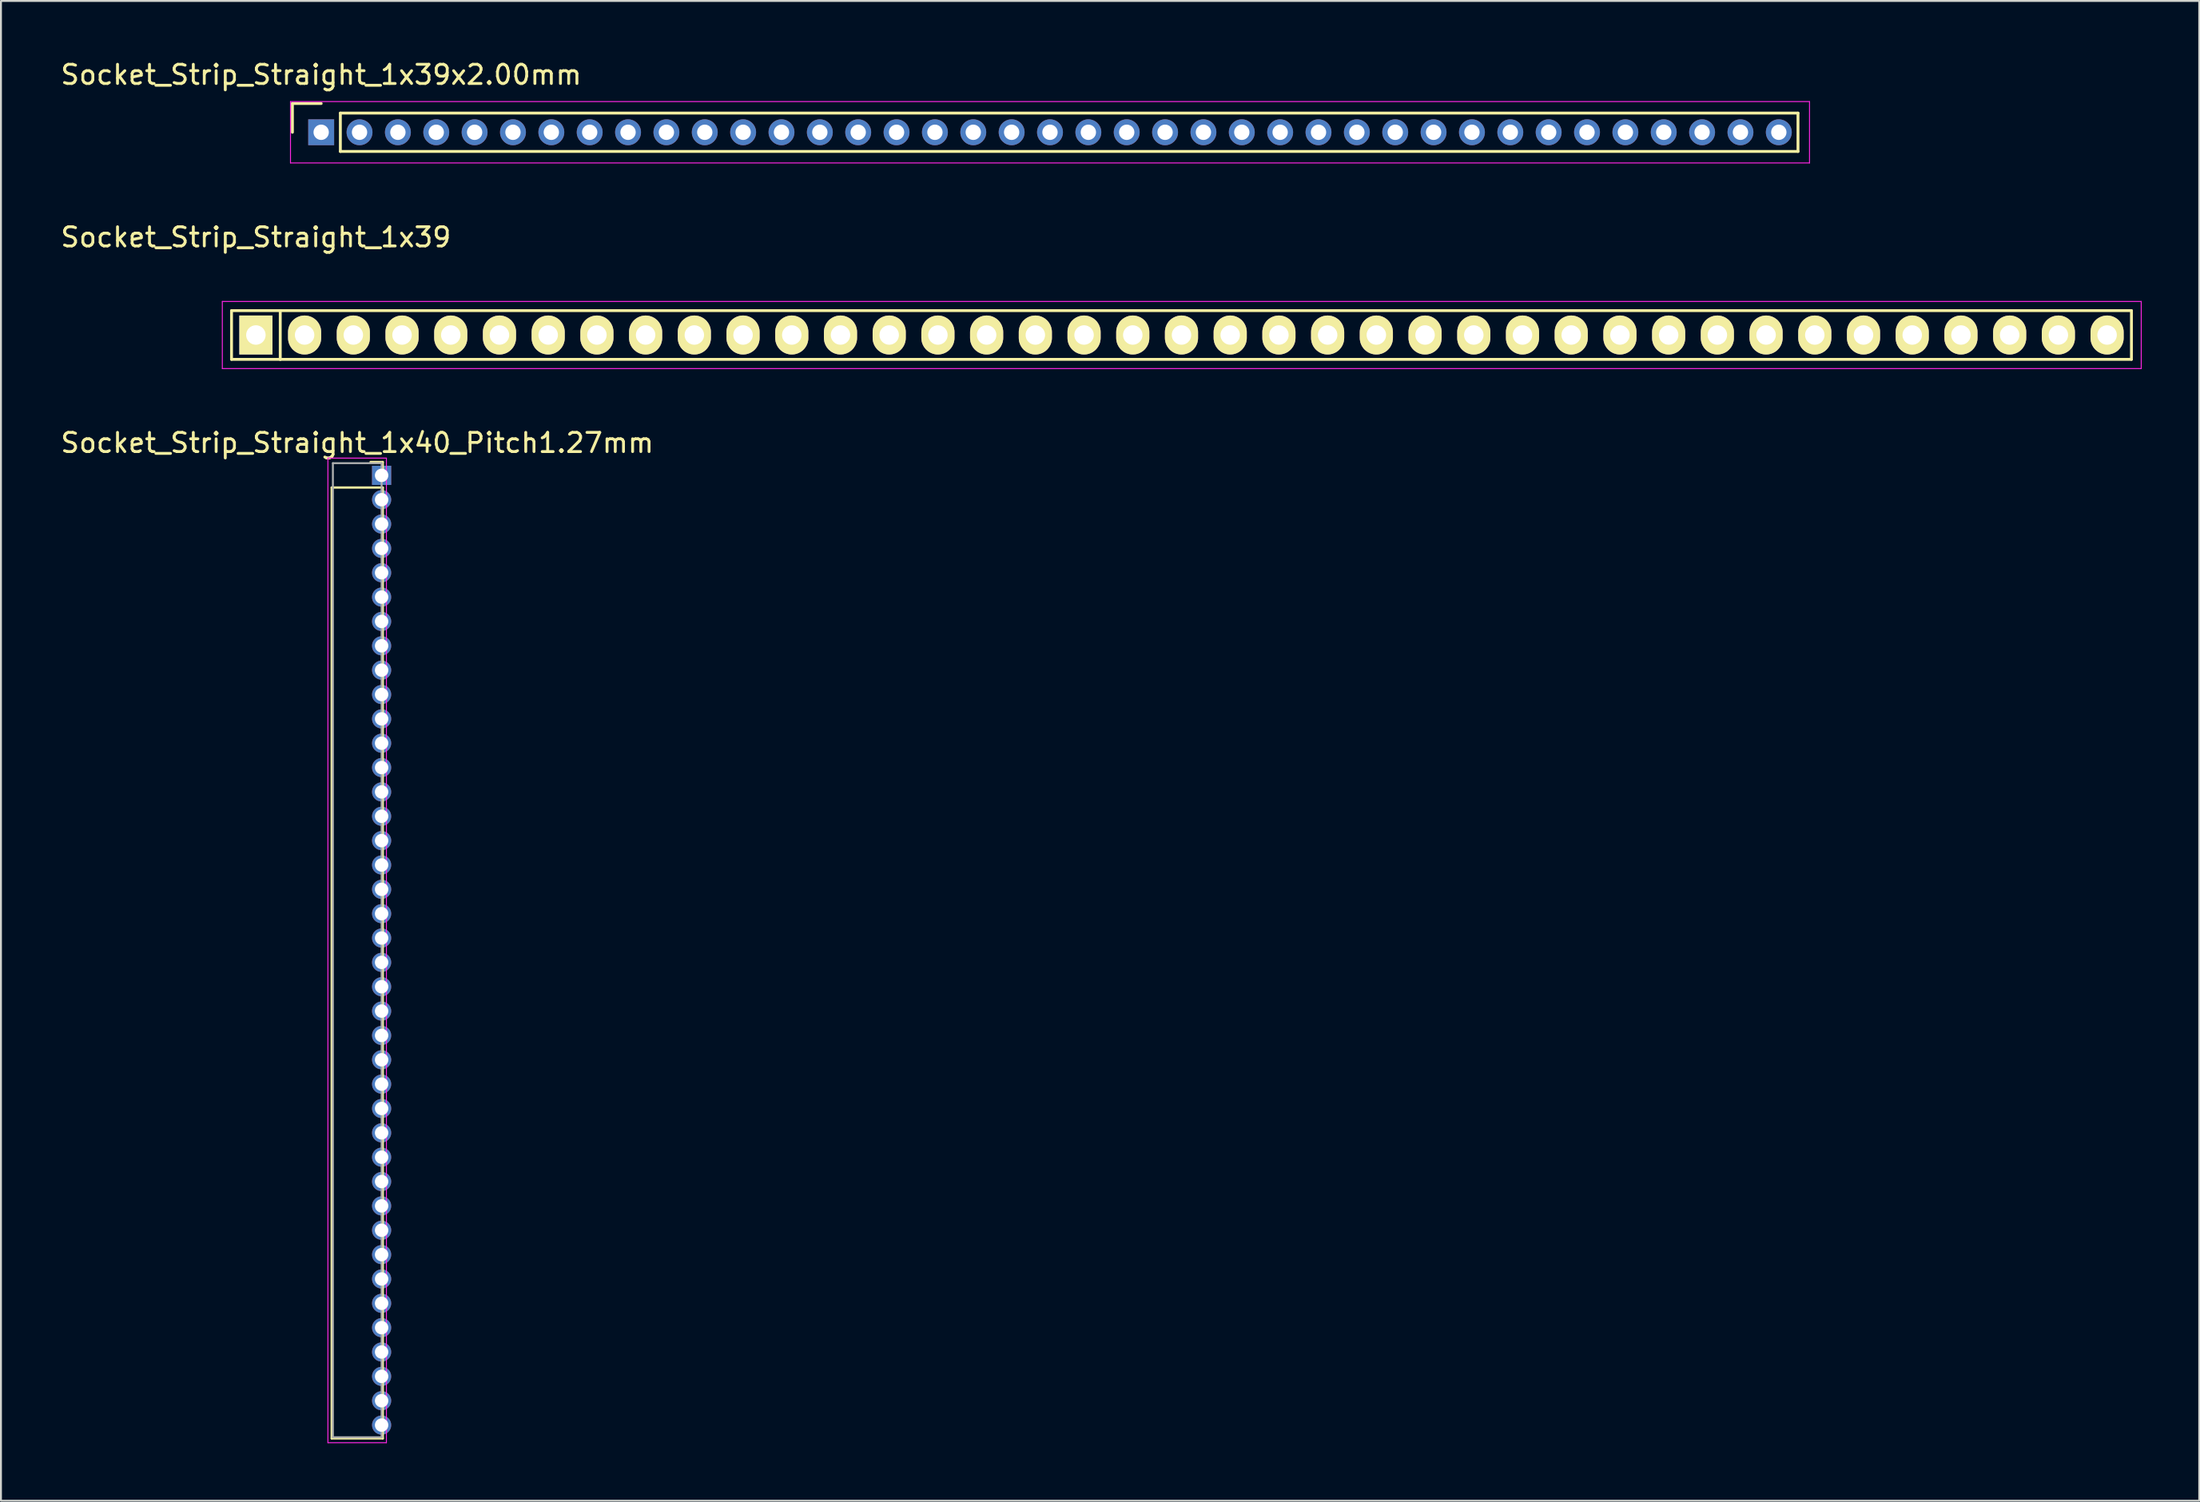
<source format=kicad_pcb>
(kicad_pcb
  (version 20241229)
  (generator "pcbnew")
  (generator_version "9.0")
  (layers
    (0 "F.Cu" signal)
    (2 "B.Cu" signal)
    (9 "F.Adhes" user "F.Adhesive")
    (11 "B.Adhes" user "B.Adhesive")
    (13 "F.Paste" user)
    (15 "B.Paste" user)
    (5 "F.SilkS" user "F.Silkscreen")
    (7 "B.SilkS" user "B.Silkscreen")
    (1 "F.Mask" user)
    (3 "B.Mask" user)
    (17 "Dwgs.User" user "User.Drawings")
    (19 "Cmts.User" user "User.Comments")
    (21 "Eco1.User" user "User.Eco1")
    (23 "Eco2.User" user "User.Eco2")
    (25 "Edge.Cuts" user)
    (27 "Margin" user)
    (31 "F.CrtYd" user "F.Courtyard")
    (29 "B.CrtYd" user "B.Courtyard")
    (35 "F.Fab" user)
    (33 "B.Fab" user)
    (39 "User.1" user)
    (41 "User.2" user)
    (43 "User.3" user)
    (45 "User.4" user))
  (footprint "Socket_Strip_Straight_1x40_Pitch1.27mm"
    (layer "F.Cu")
    (at 16.847 21.74)
    (property "Reference" "Socket_Strip_Straight_1x40_Pitch1.27mm" (at -1.27 -1.695 0) (layer "F.SilkS") (effects (font (size 1 1) (thickness 0.15))))
    (attr through_hole)
    (fp_line (start -2.6 0.635) (end -2.6 50.225) (stroke (width 0.12) (type solid)) (layer "F.SilkS"))
    (fp_line (start -2.6 50.225) (end 0.06 50.225) (stroke (width 0.12) (type solid)) (layer "F.SilkS"))
    (fp_line (start 0.06 -0.695) (end -0.575 -0.695) (stroke (width 0.12) (type solid)) (layer "F.SilkS"))
    (fp_line (start 0.06 0) (end 0.06 -0.695) (stroke (width 0.12) (type solid)) (layer "F.SilkS"))
    (fp_line (start 0.06 0.635) (end -2.6 0.635) (stroke (width 0.12) (type solid)) (layer "F.SilkS"))
    (fp_line (start 0.06 50.225) (end 0.06 0.635) (stroke (width 0.12) (type solid)) (layer "F.SilkS"))
    (fp_line (start -2.8 -0.9) (end -2.8 50.45) (stroke (width 0.05) (type solid)) (layer "F.CrtYd"))
    (fp_line (start -2.8 50.45) (end 0.25 50.45) (stroke (width 0.05) (type solid)) (layer "F.CrtYd"))
    (fp_line (start 0.25 -0.9) (end -2.8 -0.9) (stroke (width 0.05) (type solid)) (layer "F.CrtYd"))
    (fp_line (start 0.25 50.45) (end 0.25 -0.9) (stroke (width 0.05) (type solid)) (layer "F.CrtYd"))
    (fp_line (start -2.54 -0.635) (end -2.54 50.165) (stroke (width 0.1) (type solid)) (layer "F.Fab"))
    (fp_line (start -2.54 50.165) (end 0 50.165) (stroke (width 0.1) (type solid)) (layer "F.Fab"))
    (fp_line (start 0 -0.635) (end -2.54 -0.635) (stroke (width 0.1) (type solid)) (layer "F.Fab"))
    (fp_line (start 0 50.165) (end 0 -0.635) (stroke (width 0.1) (type solid)) (layer "F.Fab"))
    (pad "1" thru_hole rect (at 0 0) (size 1 1) (drill 0.7) (layers "*.Cu" "*.Mask"))
    (pad "2" thru_hole oval (at 0 1.27) (size 1 1) (drill 0.7) (layers "*.Cu" "*.Mask"))
    (pad "3" thru_hole oval (at 0 2.54) (size 1 1) (drill 0.7) (layers "*.Cu" "*.Mask"))
    (pad "4" thru_hole oval (at 0 3.81) (size 1 1) (drill 0.7) (layers "*.Cu" "*.Mask"))
    (pad "5" thru_hole oval (at 0 5.08) (size 1 1) (drill 0.7) (layers "*.Cu" "*.Mask"))
    (pad "6" thru_hole oval (at 0 6.35) (size 1 1) (drill 0.7) (layers "*.Cu" "*.Mask"))
    (pad "7" thru_hole oval (at 0 7.62) (size 1 1) (drill 0.7) (layers "*.Cu" "*.Mask"))
    (pad "8" thru_hole oval (at 0 8.89) (size 1 1) (drill 0.7) (layers "*.Cu" "*.Mask"))
    (pad "9" thru_hole oval (at 0 10.16) (size 1 1) (drill 0.7) (layers "*.Cu" "*.Mask"))
    (pad "10" thru_hole oval (at 0 11.43) (size 1 1) (drill 0.7) (layers "*.Cu" "*.Mask"))
    (pad "11" thru_hole oval (at 0 12.7) (size 1 1) (drill 0.7) (layers "*.Cu" "*.Mask"))
    (pad "12" thru_hole oval (at 0 13.97) (size 1 1) (drill 0.7) (layers "*.Cu" "*.Mask"))
    (pad "13" thru_hole oval (at 0 15.24) (size 1 1) (drill 0.7) (layers "*.Cu" "*.Mask"))
    (pad "14" thru_hole oval (at 0 16.51) (size 1 1) (drill 0.7) (layers "*.Cu" "*.Mask"))
    (pad "15" thru_hole oval (at 0 17.78) (size 1 1) (drill 0.7) (layers "*.Cu" "*.Mask"))
    (pad "16" thru_hole oval (at 0 19.05) (size 1 1) (drill 0.7) (layers "*.Cu" "*.Mask"))
    (pad "17" thru_hole oval (at 0 20.32) (size 1 1) (drill 0.7) (layers "*.Cu" "*.Mask"))
    (pad "18" thru_hole oval (at 0 21.59) (size 1 1) (drill 0.7) (layers "*.Cu" "*.Mask"))
    (pad "19" thru_hole oval (at 0 22.86) (size 1 1) (drill 0.7) (layers "*.Cu" "*.Mask"))
    (pad "20" thru_hole oval (at 0 24.13) (size 1 1) (drill 0.7) (layers "*.Cu" "*.Mask"))
    (pad "21" thru_hole oval (at 0 25.4) (size 1 1) (drill 0.7) (layers "*.Cu" "*.Mask"))
    (pad "22" thru_hole oval (at 0 26.67) (size 1 1) (drill 0.7) (layers "*.Cu" "*.Mask"))
    (pad "23" thru_hole oval (at 0 27.94) (size 1 1) (drill 0.7) (layers "*.Cu" "*.Mask"))
    (pad "24" thru_hole oval (at 0 29.21) (size 1 1) (drill 0.7) (layers "*.Cu" "*.Mask"))
    (pad "25" thru_hole oval (at 0 30.48) (size 1 1) (drill 0.7) (layers "*.Cu" "*.Mask"))
    (pad "26" thru_hole oval (at 0 31.75) (size 1 1) (drill 0.7) (layers "*.Cu" "*.Mask"))
    (pad "27" thru_hole oval (at 0 33.02) (size 1 1) (drill 0.7) (layers "*.Cu" "*.Mask"))
    (pad "28" thru_hole oval (at 0 34.29) (size 1 1) (drill 0.7) (layers "*.Cu" "*.Mask"))
    (pad "29" thru_hole oval (at 0 35.56) (size 1 1) (drill 0.7) (layers "*.Cu" "*.Mask"))
    (pad "30" thru_hole oval (at 0 36.83) (size 1 1) (drill 0.7) (layers "*.Cu" "*.Mask"))
    (pad "31" thru_hole oval (at 0 38.1) (size 1 1) (drill 0.7) (layers "*.Cu" "*.Mask"))
    (pad "32" thru_hole oval (at 0 39.37) (size 1 1) (drill 0.7) (layers "*.Cu" "*.Mask"))
    (pad "33" thru_hole oval (at 0 40.64) (size 1 1) (drill 0.7) (layers "*.Cu" "*.Mask"))
    (pad "34" thru_hole oval (at 0 41.91) (size 1 1) (drill 0.7) (layers "*.Cu" "*.Mask"))
    (pad "35" thru_hole oval (at 0 43.18) (size 1 1) (drill 0.7) (layers "*.Cu" "*.Mask"))
    (pad "36" thru_hole oval (at 0 44.45) (size 1 1) (drill 0.7) (layers "*.Cu" "*.Mask"))
    (pad "37" thru_hole oval (at 0 45.72) (size 1 1) (drill 0.7) (layers "*.Cu" "*.Mask"))
    (pad "38" thru_hole oval (at 0 46.99) (size 1 1) (drill 0.7) (layers "*.Cu" "*.Mask"))
    (pad "39" thru_hole oval (at 0 48.26) (size 1 1) (drill 0.7) (layers "*.Cu" "*.Mask"))
    (pad "40" thru_hole oval (at 0 49.53) (size 1 1) (drill 0.7) (layers "*.Cu" "*.Mask")))
  (footprint "Socket_Strip_Straight_1x39x2.00mm"
    (layer "F.Cu")
    (at 13.696 3.848)
    (property "Reference" "Socket_Strip_Straight_1x39x2.00mm" (at 0 -3 0) (layer "F.SilkS") (effects (font (size 1 1) (thickness 0.15))))
    (attr through_hole)
    (fp_line (start -1.5 -1.5) (end -1.5 0) (stroke (width 0.15) (type solid)) (layer "F.SilkS"))
    (fp_line (start 0 -1.5) (end -1.5 -1.5) (stroke (width 0.15) (type solid)) (layer "F.SilkS"))
    (fp_line (start 1 -1) (end 1 1) (stroke (width 0.15) (type solid)) (layer "F.SilkS"))
    (fp_line (start 1 1) (end 77 1) (stroke (width 0.15) (type solid)) (layer "F.SilkS"))
    (fp_line (start 77 -1) (end 1 -1) (stroke (width 0.15) (type solid)) (layer "F.SilkS"))
    (fp_line (start 77 1) (end 77 -1) (stroke (width 0.15) (type solid)) (layer "F.SilkS"))
    (fp_line (start -1.6 -1.6) (end -1.6 1.6) (stroke (width 0.05) (type solid)) (layer "F.CrtYd"))
    (fp_line (start -1.6 1.6) (end 77.6 1.6) (stroke (width 0.05) (type solid)) (layer "F.CrtYd"))
    (fp_line (start 77.6 -1.6) (end -1.6 -1.6) (stroke (width 0.05) (type solid)) (layer "F.CrtYd"))
    (fp_line (start 77.6 1.6) (end 77.6 -1.6) (stroke (width 0.05) (type solid)) (layer "F.CrtYd"))
    (pad "1" thru_hole rect (at 0 0) (size 1.35 1.35) (drill 0.8) (layers "*.Cu" "*.Mask"))
    (pad "2" thru_hole circle (at 2 0) (size 1.35 1.35) (drill 0.8) (layers "*.Cu" "*.Mask"))
    (pad "3" thru_hole circle (at 4 0) (size 1.35 1.35) (drill 0.8) (layers "*.Cu" "*.Mask"))
    (pad "4" thru_hole circle (at 6 0) (size 1.35 1.35) (drill 0.8) (layers "*.Cu" "*.Mask"))
    (pad "5" thru_hole circle (at 8 0) (size 1.35 1.35) (drill 0.8) (layers "*.Cu" "*.Mask"))
    (pad "6" thru_hole circle (at 10 0) (size 1.35 1.35) (drill 0.8) (layers "*.Cu" "*.Mask"))
    (pad "7" thru_hole circle (at 12 0) (size 1.35 1.35) (drill 0.8) (layers "*.Cu" "*.Mask"))
    (pad "8" thru_hole circle (at 14 0) (size 1.35 1.35) (drill 0.8) (layers "*.Cu" "*.Mask"))
    (pad "9" thru_hole circle (at 16 0) (size 1.35 1.35) (drill 0.8) (layers "*.Cu" "*.Mask"))
    (pad "10" thru_hole circle (at 18 0) (size 1.35 1.35) (drill 0.8) (layers "*.Cu" "*.Mask"))
    (pad "11" thru_hole circle (at 20 0) (size 1.35 1.35) (drill 0.8) (layers "*.Cu" "*.Mask"))
    (pad "12" thru_hole circle (at 22 0) (size 1.35 1.35) (drill 0.8) (layers "*.Cu" "*.Mask"))
    (pad "13" thru_hole circle (at 24 0) (size 1.35 1.35) (drill 0.8) (layers "*.Cu" "*.Mask"))
    (pad "14" thru_hole circle (at 26 0) (size 1.35 1.35) (drill 0.8) (layers "*.Cu" "*.Mask"))
    (pad "15" thru_hole circle (at 28 0) (size 1.35 1.35) (drill 0.8) (layers "*.Cu" "*.Mask"))
    (pad "16" thru_hole circle (at 30 0) (size 1.35 1.35) (drill 0.8) (layers "*.Cu" "*.Mask"))
    (pad "17" thru_hole circle (at 32 0) (size 1.35 1.35) (drill 0.8) (layers "*.Cu" "*.Mask"))
    (pad "18" thru_hole circle (at 34 0) (size 1.35 1.35) (drill 0.8) (layers "*.Cu" "*.Mask"))
    (pad "19" thru_hole circle (at 36 0) (size 1.35 1.35) (drill 0.8) (layers "*.Cu" "*.Mask"))
    (pad "20" thru_hole circle (at 38 0) (size 1.35 1.35) (drill 0.8) (layers "*.Cu" "*.Mask"))
    (pad "21" thru_hole circle (at 40 0) (size 1.35 1.35) (drill 0.8) (layers "*.Cu" "*.Mask"))
    (pad "22" thru_hole circle (at 42 0) (size 1.35 1.35) (drill 0.8) (layers "*.Cu" "*.Mask"))
    (pad "23" thru_hole circle (at 44 0) (size 1.35 1.35) (drill 0.8) (layers "*.Cu" "*.Mask"))
    (pad "24" thru_hole circle (at 46 0) (size 1.35 1.35) (drill 0.8) (layers "*.Cu" "*.Mask"))
    (pad "25" thru_hole circle (at 48 0) (size 1.35 1.35) (drill 0.8) (layers "*.Cu" "*.Mask"))
    (pad "26" thru_hole circle (at 50 0) (size 1.35 1.35) (drill 0.8) (layers "*.Cu" "*.Mask"))
    (pad "27" thru_hole circle (at 52 0) (size 1.35 1.35) (drill 0.8) (layers "*.Cu" "*.Mask"))
    (pad "28" thru_hole circle (at 54 0) (size 1.35 1.35) (drill 0.8) (layers "*.Cu" "*.Mask"))
    (pad "29" thru_hole circle (at 56 0) (size 1.35 1.35) (drill 0.8) (layers "*.Cu" "*.Mask"))
    (pad "30" thru_hole circle (at 58 0) (size 1.35 1.35) (drill 0.8) (layers "*.Cu" "*.Mask"))
    (pad "31" thru_hole circle (at 60 0) (size 1.35 1.35) (drill 0.8) (layers "*.Cu" "*.Mask"))
    (pad "32" thru_hole circle (at 62 0) (size 1.35 1.35) (drill 0.8) (layers "*.Cu" "*.Mask"))
    (pad "33" thru_hole circle (at 64 0) (size 1.35 1.35) (drill 0.8) (layers "*.Cu" "*.Mask"))
    (pad "34" thru_hole circle (at 66 0) (size 1.35 1.35) (drill 0.8) (layers "*.Cu" "*.Mask"))
    (pad "35" thru_hole circle (at 68 0) (size 1.35 1.35) (drill 0.8) (layers "*.Cu" "*.Mask"))
    (pad "36" thru_hole circle (at 70 0) (size 1.35 1.35) (drill 0.8) (layers "*.Cu" "*.Mask"))
    (pad "37" thru_hole circle (at 72 0) (size 1.35 1.35) (drill 0.8) (layers "*.Cu" "*.Mask"))
    (pad "38" thru_hole circle (at 74 0) (size 1.35 1.35) (drill 0.8) (layers "*.Cu" "*.Mask"))
    (pad "39" thru_hole circle (at 76 0) (size 1.35 1.35) (drill 0.8) (layers "*.Cu" "*.Mask")))
  (footprint "Socket_Strip_Straight_1x39"
    (layer "F.Cu")
    (at 10.292 14.421)
    (property "Reference" "Socket_Strip_Straight_1x39" (at 0 -5.1 0) (layer "F.SilkS") (effects (font (size 1 1) (thickness 0.15))))
    (attr through_hole)
    (fp_line (start -1.27 -1.27) (end 1.27 -1.27) (stroke (width 0.15) (type solid)) (layer "F.SilkS"))
    (fp_line (start -1.27 1.27) (end -1.27 -1.27) (stroke (width 0.15) (type solid)) (layer "F.SilkS"))
    (fp_line (start -1.27 1.27) (end 1.27 1.27) (stroke (width 0.15) (type solid)) (layer "F.SilkS"))
    (fp_line (start 1.27 -1.27) (end 97.79 -1.27) (stroke (width 0.15) (type solid)) (layer "F.SilkS"))
    (fp_line (start 1.27 1.27) (end 1.27 -1.27) (stroke (width 0.15) (type solid)) (layer "F.SilkS"))
    (fp_line (start 97.79 -1.27) (end 97.79 1.27) (stroke (width 0.15) (type solid)) (layer "F.SilkS"))
    (fp_line (start 97.79 1.27) (end 1.27 1.27) (stroke (width 0.15) (type solid)) (layer "F.SilkS"))
    (fp_line (start -1.75 -1.75) (end -1.75 1.75) (stroke (width 0.05) (type solid)) (layer "F.CrtYd"))
    (fp_line (start -1.75 -1.75) (end 98.3 -1.75) (stroke (width 0.05) (type solid)) (layer "F.CrtYd"))
    (fp_line (start -1.75 1.75) (end 98.3 1.75) (stroke (width 0.05) (type solid)) (layer "F.CrtYd"))
    (fp_line (start 98.3 -1.75) (end 98.3 1.75) (stroke (width 0.05) (type solid)) (layer "F.CrtYd"))
    (pad "1" thru_hole rect (at 0 0) (size 1.727 2.032) (drill 1.016) (layers "*.Cu" "*.Mask" "F.SilkS"))
    (pad "2" thru_hole oval (at 2.54 0) (size 1.727 2.032) (drill 1.016) (layers "*.Cu" "*.Mask" "F.SilkS"))
    (pad "3" thru_hole oval (at 5.08 0) (size 1.727 2.032) (drill 1.016) (layers "*.Cu" "*.Mask" "F.SilkS"))
    (pad "4" thru_hole oval (at 7.62 0) (size 1.727 2.032) (drill 1.016) (layers "*.Cu" "*.Mask" "F.SilkS"))
    (pad "5" thru_hole oval (at 10.16 0) (size 1.727 2.032) (drill 1.016) (layers "*.Cu" "*.Mask" "F.SilkS"))
    (pad "6" thru_hole oval (at 12.7 0) (size 1.727 2.032) (drill 1.016) (layers "*.Cu" "*.Mask" "F.SilkS"))
    (pad "7" thru_hole oval (at 15.24 0) (size 1.727 2.032) (drill 1.016) (layers "*.Cu" "*.Mask" "F.SilkS"))
    (pad "8" thru_hole oval (at 17.78 0) (size 1.727 2.032) (drill 1.016) (layers "*.Cu" "*.Mask" "F.SilkS"))
    (pad "9" thru_hole oval (at 20.32 0) (size 1.727 2.032) (drill 1.016) (layers "*.Cu" "*.Mask" "F.SilkS"))
    (pad "10" thru_hole oval (at 22.86 0) (size 1.727 2.032) (drill 1.016) (layers "*.Cu" "*.Mask" "F.SilkS"))
    (pad "11" thru_hole oval (at 25.4 0) (size 1.727 2.032) (drill 1.016) (layers "*.Cu" "*.Mask" "F.SilkS"))
    (pad "12" thru_hole oval (at 27.94 0) (size 1.727 2.032) (drill 1.016) (layers "*.Cu" "*.Mask" "F.SilkS"))
    (pad "13" thru_hole oval (at 30.48 0) (size 1.727 2.032) (drill 1.016) (layers "*.Cu" "*.Mask" "F.SilkS"))
    (pad "14" thru_hole oval (at 33.02 0) (size 1.727 2.032) (drill 1.016) (layers "*.Cu" "*.Mask" "F.SilkS"))
    (pad "15" thru_hole oval (at 35.56 0) (size 1.727 2.032) (drill 1.016) (layers "*.Cu" "*.Mask" "F.SilkS"))
    (pad "16" thru_hole oval (at 38.1 0) (size 1.727 2.032) (drill 1.016) (layers "*.Cu" "*.Mask" "F.SilkS"))
    (pad "17" thru_hole oval (at 40.64 0) (size 1.727 2.032) (drill 1.016) (layers "*.Cu" "*.Mask" "F.SilkS"))
    (pad "18" thru_hole oval (at 43.18 0) (size 1.727 2.032) (drill 1.016) (layers "*.Cu" "*.Mask" "F.SilkS"))
    (pad "19" thru_hole oval (at 45.72 0) (size 1.727 2.032) (drill 1.016) (layers "*.Cu" "*.Mask" "F.SilkS"))
    (pad "20" thru_hole oval (at 48.26 0) (size 1.727 2.032) (drill 1.016) (layers "*.Cu" "*.Mask" "F.SilkS"))
    (pad "21" thru_hole oval (at 50.8 0) (size 1.727 2.032) (drill 1.016) (layers "*.Cu" "*.Mask" "F.SilkS"))
    (pad "22" thru_hole oval (at 53.34 0) (size 1.727 2.032) (drill 1.016) (layers "*.Cu" "*.Mask" "F.SilkS"))
    (pad "23" thru_hole oval (at 55.88 0) (size 1.727 2.032) (drill 1.016) (layers "*.Cu" "*.Mask" "F.SilkS"))
    (pad "24" thru_hole oval (at 58.42 0) (size 1.727 2.032) (drill 1.016) (layers "*.Cu" "*.Mask" "F.SilkS"))
    (pad "25" thru_hole oval (at 60.96 0) (size 1.727 2.032) (drill 1.016) (layers "*.Cu" "*.Mask" "F.SilkS"))
    (pad "26" thru_hole oval (at 63.5 0) (size 1.727 2.032) (drill 1.016) (layers "*.Cu" "*.Mask" "F.SilkS"))
    (pad "27" thru_hole oval (at 66.04 0) (size 1.727 2.032) (drill 1.016) (layers "*.Cu" "*.Mask" "F.SilkS"))
    (pad "28" thru_hole oval (at 68.58 0) (size 1.727 2.032) (drill 1.016) (layers "*.Cu" "*.Mask" "F.SilkS"))
    (pad "29" thru_hole oval (at 71.12 0) (size 1.727 2.032) (drill 1.016) (layers "*.Cu" "*.Mask" "F.SilkS"))
    (pad "30" thru_hole oval (at 73.66 0) (size 1.727 2.032) (drill 1.016) (layers "*.Cu" "*.Mask" "F.SilkS"))
    (pad "31" thru_hole oval (at 76.2 0) (size 1.727 2.032) (drill 1.016) (layers "*.Cu" "*.Mask" "F.SilkS"))
    (pad "32" thru_hole oval (at 78.74 0) (size 1.727 2.032) (drill 1.016) (layers "*.Cu" "*.Mask" "F.SilkS"))
    (pad "33" thru_hole oval (at 81.28 0) (size 1.727 2.032) (drill 1.016) (layers "*.Cu" "*.Mask" "F.SilkS"))
    (pad "34" thru_hole oval (at 83.82 0) (size 1.727 2.032) (drill 1.016) (layers "*.Cu" "*.Mask" "F.SilkS"))
    (pad "35" thru_hole oval (at 86.36 0) (size 1.727 2.032) (drill 1.016) (layers "*.Cu" "*.Mask" "F.SilkS"))
    (pad "36" thru_hole oval (at 88.9 0) (size 1.727 2.032) (drill 1.016) (layers "*.Cu" "*.Mask" "F.SilkS"))
    (pad "37" thru_hole oval (at 91.44 0) (size 1.727 2.032) (drill 1.016) (layers "*.Cu" "*.Mask" "F.SilkS"))
    (pad "38" thru_hole oval (at 93.98 0) (size 1.727 2.032) (drill 1.016) (layers "*.Cu" "*.Mask" "F.SilkS"))
    (pad "39" thru_hole oval (at 96.52 0) (size 1.727 2.032) (drill 1.016) (layers "*.Cu" "*.Mask" "F.SilkS")))
  (gr_rect
    (start -3 -3)
    (end 111.617 75.215)
    (stroke (width 0.1) (type default))
    (fill no)
    (layer "Edge.Cuts")))
</source>
